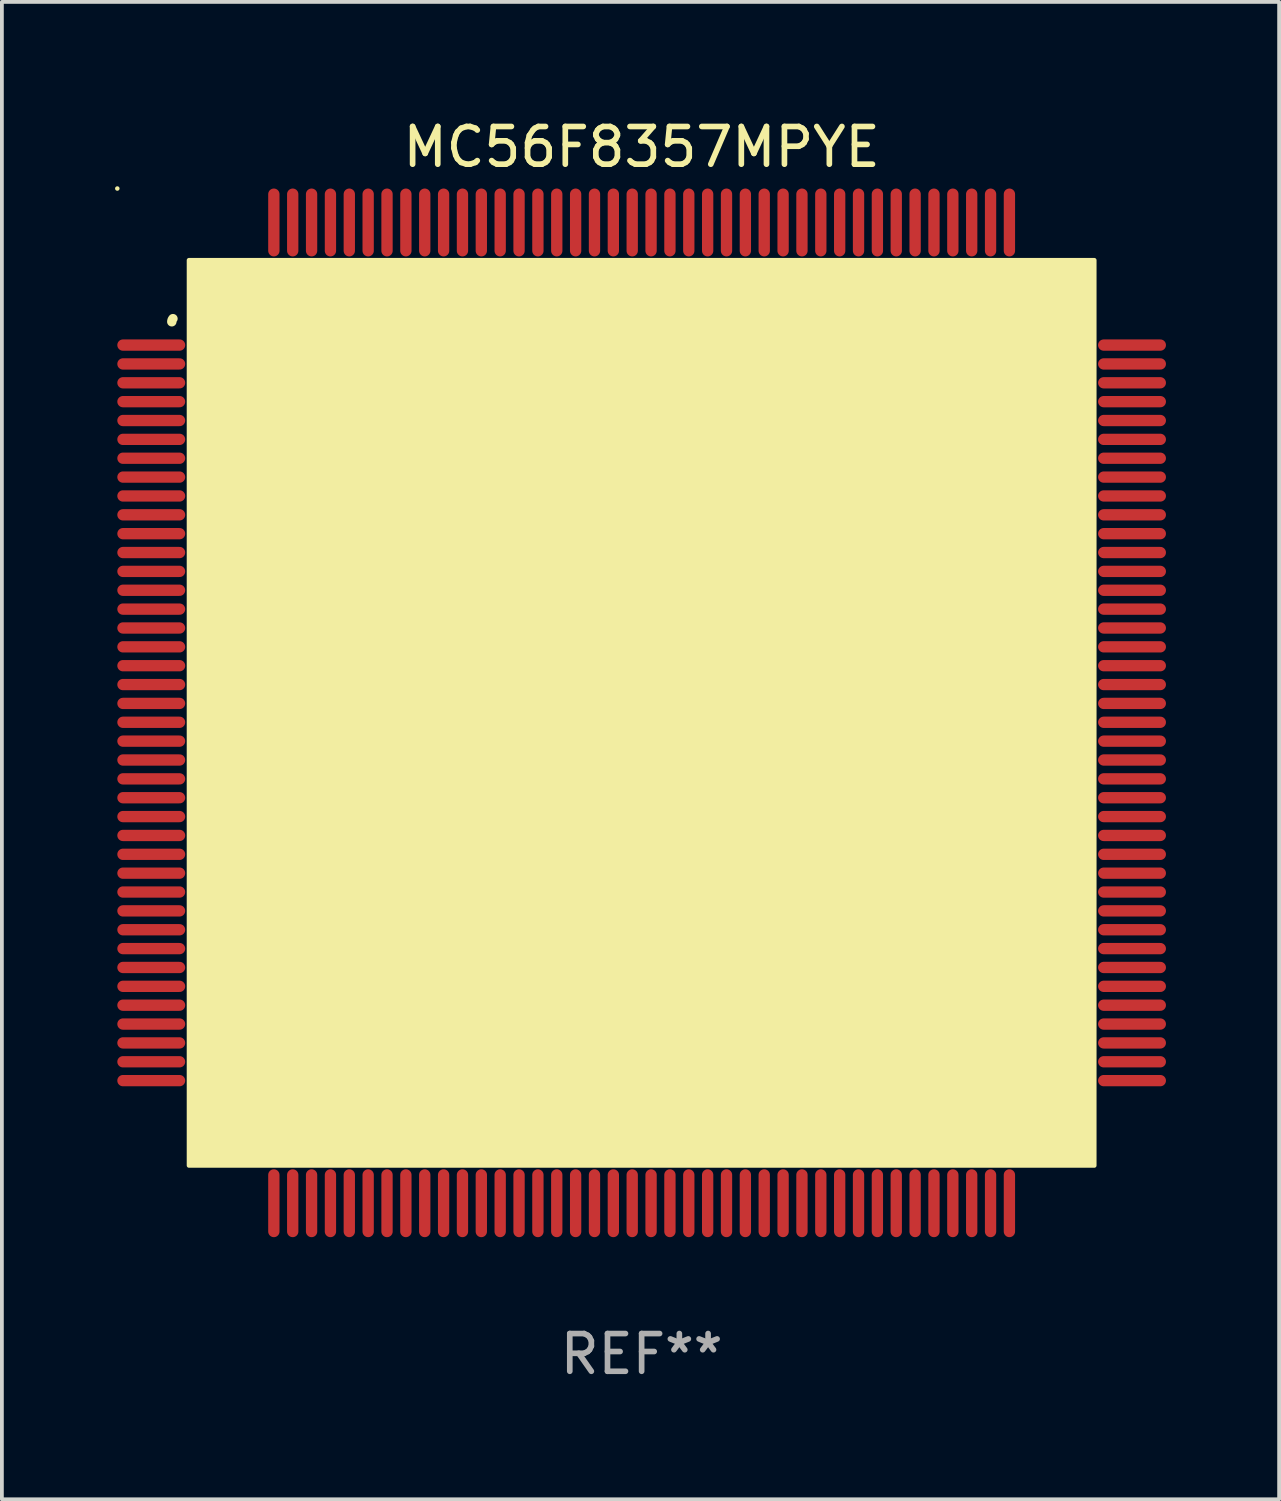
<source format=kicad_pcb>
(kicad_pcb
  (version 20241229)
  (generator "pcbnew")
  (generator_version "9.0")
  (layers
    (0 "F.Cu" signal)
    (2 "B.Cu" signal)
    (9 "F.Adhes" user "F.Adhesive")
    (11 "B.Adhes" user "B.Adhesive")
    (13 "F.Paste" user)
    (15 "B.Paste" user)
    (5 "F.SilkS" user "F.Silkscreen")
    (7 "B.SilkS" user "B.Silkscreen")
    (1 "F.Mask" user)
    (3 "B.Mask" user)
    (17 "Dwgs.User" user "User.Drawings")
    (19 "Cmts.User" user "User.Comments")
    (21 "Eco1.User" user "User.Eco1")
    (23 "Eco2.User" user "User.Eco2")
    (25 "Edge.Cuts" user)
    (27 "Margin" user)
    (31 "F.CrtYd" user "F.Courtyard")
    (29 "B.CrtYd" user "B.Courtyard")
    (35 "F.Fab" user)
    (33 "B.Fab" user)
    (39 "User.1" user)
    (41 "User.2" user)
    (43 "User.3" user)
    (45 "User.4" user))
  (footprint "MC56F8357MPYE"
    (layer "F.Cu")
    (at 13.96 15.848)
    (property "Reference" "MC56F8357MPYE" (at 0 -15 0) (layer "F.SilkS") (effects (font (size 1 1) (thickness 0.15))))
    (attr through_hole)
    (fp_arc (start -12.45555 -10.36792) (mid -12.447715 -10.411692) (end -12.42507 -10.449962) (stroke (width 0.249936) (type solid)) (layer "F.SilkS"))
    (fp_arc (start -9.968885 -10.145161) (mid -9.964159 -10.198324) (end -9.950089 -10.249809) (stroke (width 0.599949) (type solid)) (layer "F.SilkS"))
    (fp_circle (center -13.9 -13.9) (end -13.87 -13.9) (stroke (width 0.06) (type solid)) (fill no) (layer "F.SilkS"))
    (fp_poly (pts (xy -12 -12) (xy 12 -12) (xy 12 12) (xy -12 12)) (stroke (width 0.12) (type solid)) (fill yes) (layer "F.SilkS"))
    (fp_text user "REF**" (at 0 17 0) (layer "F.Fab") (effects (font (size 1 1) (thickness 0.15))))
    (pad "1" smd oval (at -13 -9.75) (size 1.8 0.3) (layers "F.Cu" "F.Mask" "F.Paste"))
    (pad "2" smd oval (at -13 -9.25) (size 1.8 0.3) (layers "F.Cu" "F.Mask" "F.Paste"))
    (pad "3" smd oval (at -13 -8.75) (size 1.8 0.3) (layers "F.Cu" "F.Mask" "F.Paste"))
    (pad "4" smd oval (at -13 -8.25) (size 1.8 0.3) (layers "F.Cu" "F.Mask" "F.Paste"))
    (pad "5" smd oval (at -13 -7.75) (size 1.8 0.3) (layers "F.Cu" "F.Mask" "F.Paste"))
    (pad "6" smd oval (at -13 -7.25) (size 1.8 0.3) (layers "F.Cu" "F.Mask" "F.Paste"))
    (pad "7" smd oval (at -13 -6.75) (size 1.8 0.3) (layers "F.Cu" "F.Mask" "F.Paste"))
    (pad "8" smd oval (at -13 -6.25) (size 1.8 0.3) (layers "F.Cu" "F.Mask" "F.Paste"))
    (pad "9" smd oval (at -13 -5.75) (size 1.8 0.3) (layers "F.Cu" "F.Mask" "F.Paste"))
    (pad "10" smd oval (at -13 -5.25) (size 1.8 0.3) (layers "F.Cu" "F.Mask" "F.Paste"))
    (pad "11" smd oval (at -13 -4.75) (size 1.8 0.3) (layers "F.Cu" "F.Mask" "F.Paste"))
    (pad "12" smd oval (at -13 -4.25) (size 1.8 0.3) (layers "F.Cu" "F.Mask" "F.Paste"))
    (pad "13" smd oval (at -13 -3.75) (size 1.8 0.3) (layers "F.Cu" "F.Mask" "F.Paste"))
    (pad "14" smd oval (at -13 -3.25) (size 1.8 0.3) (layers "F.Cu" "F.Mask" "F.Paste"))
    (pad "15" smd oval (at -13 -2.75) (size 1.8 0.3) (layers "F.Cu" "F.Mask" "F.Paste"))
    (pad "16" smd oval (at -13 -2.25) (size 1.8 0.3) (layers "F.Cu" "F.Mask" "F.Paste"))
    (pad "17" smd oval (at -13 -1.75) (size 1.8 0.3) (layers "F.Cu" "F.Mask" "F.Paste"))
    (pad "18" smd oval (at -13 -1.25) (size 1.8 0.3) (layers "F.Cu" "F.Mask" "F.Paste"))
    (pad "19" smd oval (at -13 -0.75) (size 1.8 0.3) (layers "F.Cu" "F.Mask" "F.Paste"))
    (pad "20" smd oval (at -13 -0.25) (size 1.8 0.3) (layers "F.Cu" "F.Mask" "F.Paste"))
    (pad "21" smd oval (at -13 0.25) (size 1.8 0.3) (layers "F.Cu" "F.Mask" "F.Paste"))
    (pad "22" smd oval (at -13 0.75) (size 1.8 0.3) (layers "F.Cu" "F.Mask" "F.Paste"))
    (pad "23" smd oval (at -13 1.25) (size 1.8 0.3) (layers "F.Cu" "F.Mask" "F.Paste"))
    (pad "24" smd oval (at -13 1.75) (size 1.8 0.3) (layers "F.Cu" "F.Mask" "F.Paste"))
    (pad "25" smd oval (at -13 2.25) (size 1.8 0.3) (layers "F.Cu" "F.Mask" "F.Paste"))
    (pad "26" smd oval (at -13 2.75) (size 1.8 0.3) (layers "F.Cu" "F.Mask" "F.Paste"))
    (pad "27" smd oval (at -13 3.25) (size 1.8 0.3) (layers "F.Cu" "F.Mask" "F.Paste"))
    (pad "28" smd oval (at -13 3.75) (size 1.8 0.3) (layers "F.Cu" "F.Mask" "F.Paste"))
    (pad "29" smd oval (at -13 4.25) (size 1.8 0.3) (layers "F.Cu" "F.Mask" "F.Paste"))
    (pad "30" smd oval (at -13 4.75) (size 1.8 0.3) (layers "F.Cu" "F.Mask" "F.Paste"))
    (pad "31" smd oval (at -13 5.25) (size 1.8 0.3) (layers "F.Cu" "F.Mask" "F.Paste"))
    (pad "32" smd oval (at -13 5.75) (size 1.8 0.3) (layers "F.Cu" "F.Mask" "F.Paste"))
    (pad "33" smd oval (at -13 6.25) (size 1.8 0.3) (layers "F.Cu" "F.Mask" "F.Paste"))
    (pad "34" smd oval (at -13 6.75) (size 1.8 0.3) (layers "F.Cu" "F.Mask" "F.Paste"))
    (pad "35" smd oval (at -13 7.25) (size 1.8 0.3) (layers "F.Cu" "F.Mask" "F.Paste"))
    (pad "36" smd oval (at -13 7.75) (size 1.8 0.3) (layers "F.Cu" "F.Mask" "F.Paste"))
    (pad "37" smd oval (at -13 8.25) (size 1.8 0.3) (layers "F.Cu" "F.Mask" "F.Paste"))
    (pad "38" smd oval (at -13 8.75) (size 1.8 0.3) (layers "F.Cu" "F.Mask" "F.Paste"))
    (pad "39" smd oval (at -13 9.25) (size 1.8 0.3) (layers "F.Cu" "F.Mask" "F.Paste"))
    (pad "40" smd oval (at -13 9.75) (size 1.8 0.3) (layers "F.Cu" "F.Mask" "F.Paste"))
    (pad "41" smd oval (at -9.75 13 90) (size 1.8 0.3) (layers "F.Cu" "F.Mask" "F.Paste"))
    (pad "42" smd oval (at -9.25 13 90) (size 1.8 0.3) (layers "F.Cu" "F.Mask" "F.Paste"))
    (pad "43" smd oval (at -8.75 13 90) (size 1.8 0.3) (layers "F.Cu" "F.Mask" "F.Paste"))
    (pad "44" smd oval (at -8.25 13 90) (size 1.8 0.3) (layers "F.Cu" "F.Mask" "F.Paste"))
    (pad "45" smd oval (at -7.75 13 90) (size 1.8 0.3) (layers "F.Cu" "F.Mask" "F.Paste"))
    (pad "46" smd oval (at -7.25 13 90) (size 1.8 0.3) (layers "F.Cu" "F.Mask" "F.Paste"))
    (pad "47" smd oval (at -6.75 13 90) (size 1.8 0.3) (layers "F.Cu" "F.Mask" "F.Paste"))
    (pad "48" smd oval (at -6.25 13 90) (size 1.8 0.3) (layers "F.Cu" "F.Mask" "F.Paste"))
    (pad "49" smd oval (at -5.75 13 90) (size 1.8 0.3) (layers "F.Cu" "F.Mask" "F.Paste"))
    (pad "50" smd oval (at -5.25 13 90) (size 1.8 0.3) (layers "F.Cu" "F.Mask" "F.Paste"))
    (pad "51" smd oval (at -4.75 13 90) (size 1.8 0.3) (layers "F.Cu" "F.Mask" "F.Paste"))
    (pad "52" smd oval (at -4.25 13 90) (size 1.8 0.3) (layers "F.Cu" "F.Mask" "F.Paste"))
    (pad "53" smd oval (at -3.75 13 90) (size 1.8 0.3) (layers "F.Cu" "F.Mask" "F.Paste"))
    (pad "54" smd oval (at -3.25 13 90) (size 1.8 0.3) (layers "F.Cu" "F.Mask" "F.Paste"))
    (pad "55" smd oval (at -2.75 13 90) (size 1.8 0.3) (layers "F.Cu" "F.Mask" "F.Paste"))
    (pad "56" smd oval (at -2.25 13 90) (size 1.8 0.3) (layers "F.Cu" "F.Mask" "F.Paste"))
    (pad "57" smd oval (at -1.75 13 90) (size 1.8 0.3) (layers "F.Cu" "F.Mask" "F.Paste"))
    (pad "58" smd oval (at -1.25 13 90) (size 1.8 0.3) (layers "F.Cu" "F.Mask" "F.Paste"))
    (pad "59" smd oval (at -0.75 13 90) (size 1.8 0.3) (layers "F.Cu" "F.Mask" "F.Paste"))
    (pad "60" smd oval (at -0.25 13 90) (size 1.8 0.3) (layers "F.Cu" "F.Mask" "F.Paste"))
    (pad "61" smd oval (at 0.25 13 90) (size 1.8 0.3) (layers "F.Cu" "F.Mask" "F.Paste"))
    (pad "62" smd oval (at 0.75 13 90) (size 1.8 0.3) (layers "F.Cu" "F.Mask" "F.Paste"))
    (pad "63" smd oval (at 1.25 13 90) (size 1.8 0.3) (layers "F.Cu" "F.Mask" "F.Paste"))
    (pad "64" smd oval (at 1.75 13 90) (size 1.8 0.3) (layers "F.Cu" "F.Mask" "F.Paste"))
    (pad "65" smd oval (at 2.25 13 90) (size 1.8 0.3) (layers "F.Cu" "F.Mask" "F.Paste"))
    (pad "66" smd oval (at 2.75 13 90) (size 1.8 0.3) (layers "F.Cu" "F.Mask" "F.Paste"))
    (pad "67" smd oval (at 3.25 13 90) (size 1.8 0.3) (layers "F.Cu" "F.Mask" "F.Paste"))
    (pad "68" smd oval (at 3.75 13 90) (size 1.8 0.3) (layers "F.Cu" "F.Mask" "F.Paste"))
    (pad "69" smd oval (at 4.25 13 90) (size 1.8 0.3) (layers "F.Cu" "F.Mask" "F.Paste"))
    (pad "70" smd oval (at 4.75 13 90) (size 1.8 0.3) (layers "F.Cu" "F.Mask" "F.Paste"))
    (pad "71" smd oval (at 5.25 13 90) (size 1.8 0.3) (layers "F.Cu" "F.Mask" "F.Paste"))
    (pad "72" smd oval (at 5.75 13 90) (size 1.8 0.3) (layers "F.Cu" "F.Mask" "F.Paste"))
    (pad "73" smd oval (at 6.25 13 90) (size 1.8 0.3) (layers "F.Cu" "F.Mask" "F.Paste"))
    (pad "74" smd oval (at 6.75 13 90) (size 1.8 0.3) (layers "F.Cu" "F.Mask" "F.Paste"))
    (pad "75" smd oval (at 7.25 13 90) (size 1.8 0.3) (layers "F.Cu" "F.Mask" "F.Paste"))
    (pad "76" smd oval (at 7.75 13 90) (size 1.8 0.3) (layers "F.Cu" "F.Mask" "F.Paste"))
    (pad "77" smd oval (at 8.25 13 90) (size 1.8 0.3) (layers "F.Cu" "F.Mask" "F.Paste"))
    (pad "78" smd oval (at 8.75 13 90) (size 1.8 0.3) (layers "F.Cu" "F.Mask" "F.Paste"))
    (pad "79" smd oval (at 9.25 13 90) (size 1.8 0.3) (layers "F.Cu" "F.Mask" "F.Paste"))
    (pad "80" smd oval (at 9.75 13 90) (size 1.8 0.3) (layers "F.Cu" "F.Mask" "F.Paste"))
    (pad "81" smd oval (at 13 9.75) (size 1.8 0.3) (layers "F.Cu" "F.Mask" "F.Paste"))
    (pad "82" smd oval (at 13 9.25) (size 1.8 0.3) (layers "F.Cu" "F.Mask" "F.Paste"))
    (pad "83" smd oval (at 13 8.75) (size 1.8 0.3) (layers "F.Cu" "F.Mask" "F.Paste"))
    (pad "84" smd oval (at 13 8.25) (size 1.8 0.3) (layers "F.Cu" "F.Mask" "F.Paste"))
    (pad "85" smd oval (at 13 7.75) (size 1.8 0.3) (layers "F.Cu" "F.Mask" "F.Paste"))
    (pad "86" smd oval (at 13 7.25) (size 1.8 0.3) (layers "F.Cu" "F.Mask" "F.Paste"))
    (pad "87" smd oval (at 13 6.75) (size 1.8 0.3) (layers "F.Cu" "F.Mask" "F.Paste"))
    (pad "88" smd oval (at 13 6.25) (size 1.8 0.3) (layers "F.Cu" "F.Mask" "F.Paste"))
    (pad "89" smd oval (at 13 5.75) (size 1.8 0.3) (layers "F.Cu" "F.Mask" "F.Paste"))
    (pad "90" smd oval (at 13 5.25) (size 1.8 0.3) (layers "F.Cu" "F.Mask" "F.Paste"))
    (pad "91" smd oval (at 13 4.75) (size 1.8 0.3) (layers "F.Cu" "F.Mask" "F.Paste"))
    (pad "92" smd oval (at 13 4.25) (size 1.8 0.3) (layers "F.Cu" "F.Mask" "F.Paste"))
    (pad "93" smd oval (at 13 3.75) (size 1.8 0.3) (layers "F.Cu" "F.Mask" "F.Paste"))
    (pad "94" smd oval (at 13 3.25) (size 1.8 0.3) (layers "F.Cu" "F.Mask" "F.Paste"))
    (pad "95" smd oval (at 13 2.75) (size 1.8 0.3) (layers "F.Cu" "F.Mask" "F.Paste"))
    (pad "96" smd oval (at 13 2.25) (size 1.8 0.3) (layers "F.Cu" "F.Mask" "F.Paste"))
    (pad "97" smd oval (at 13 1.75) (size 1.8 0.3) (layers "F.Cu" "F.Mask" "F.Paste"))
    (pad "98" smd oval (at 13 1.25) (size 1.8 0.3) (layers "F.Cu" "F.Mask" "F.Paste"))
    (pad "99" smd oval (at 13 0.75) (size 1.8 0.3) (layers "F.Cu" "F.Mask" "F.Paste"))
    (pad "100" smd oval (at 13 0.25) (size 1.8 0.3) (layers "F.Cu" "F.Mask" "F.Paste"))
    (pad "101" smd oval (at 13 -0.25) (size 1.8 0.3) (layers "F.Cu" "F.Mask" "F.Paste"))
    (pad "102" smd oval (at 13 -0.75) (size 1.8 0.3) (layers "F.Cu" "F.Mask" "F.Paste"))
    (pad "103" smd oval (at 13 -1.25) (size 1.8 0.3) (layers "F.Cu" "F.Mask" "F.Paste"))
    (pad "104" smd oval (at 13 -1.75) (size 1.8 0.3) (layers "F.Cu" "F.Mask" "F.Paste"))
    (pad "105" smd oval (at 13 -2.25) (size 1.8 0.3) (layers "F.Cu" "F.Mask" "F.Paste"))
    (pad "106" smd oval (at 13 -2.75) (size 1.8 0.3) (layers "F.Cu" "F.Mask" "F.Paste"))
    (pad "107" smd oval (at 13 -3.25) (size 1.8 0.3) (layers "F.Cu" "F.Mask" "F.Paste"))
    (pad "108" smd oval (at 13 -3.75) (size 1.8 0.3) (layers "F.Cu" "F.Mask" "F.Paste"))
    (pad "109" smd oval (at 13 -4.25) (size 1.8 0.3) (layers "F.Cu" "F.Mask" "F.Paste"))
    (pad "110" smd oval (at 13 -4.75) (size 1.8 0.3) (layers "F.Cu" "F.Mask" "F.Paste"))
    (pad "111" smd oval (at 13 -5.25) (size 1.8 0.3) (layers "F.Cu" "F.Mask" "F.Paste"))
    (pad "112" smd oval (at 13 -5.75) (size 1.8 0.3) (layers "F.Cu" "F.Mask" "F.Paste"))
    (pad "113" smd oval (at 13 -6.25) (size 1.8 0.3) (layers "F.Cu" "F.Mask" "F.Paste"))
    (pad "114" smd oval (at 13 -6.75) (size 1.8 0.3) (layers "F.Cu" "F.Mask" "F.Paste"))
    (pad "115" smd oval (at 13 -7.25) (size 1.8 0.3) (layers "F.Cu" "F.Mask" "F.Paste"))
    (pad "116" smd oval (at 13 -7.75) (size 1.8 0.3) (layers "F.Cu" "F.Mask" "F.Paste"))
    (pad "117" smd oval (at 13 -8.25) (size 1.8 0.3) (layers "F.Cu" "F.Mask" "F.Paste"))
    (pad "118" smd oval (at 13 -8.75) (size 1.8 0.3) (layers "F.Cu" "F.Mask" "F.Paste"))
    (pad "119" smd oval (at 13 -9.25) (size 1.8 0.3) (layers "F.Cu" "F.Mask" "F.Paste"))
    (pad "120" smd oval (at 13 -9.75) (size 1.8 0.3) (layers "F.Cu" "F.Mask" "F.Paste"))
    (pad "121" smd oval (at 9.75 -13 90) (size 1.8 0.3) (layers "F.Cu" "F.Mask" "F.Paste"))
    (pad "122" smd oval (at 9.25 -13 90) (size 1.8 0.3) (layers "F.Cu" "F.Mask" "F.Paste"))
    (pad "123" smd oval (at 8.75 -13 90) (size 1.8 0.3) (layers "F.Cu" "F.Mask" "F.Paste"))
    (pad "124" smd oval (at 8.25 -13 90) (size 1.8 0.3) (layers "F.Cu" "F.Mask" "F.Paste"))
    (pad "125" smd oval (at 7.75 -13 90) (size 1.8 0.3) (layers "F.Cu" "F.Mask" "F.Paste"))
    (pad "126" smd oval (at 7.25 -13 90) (size 1.8 0.3) (layers "F.Cu" "F.Mask" "F.Paste"))
    (pad "127" smd oval (at 6.75 -13 90) (size 1.8 0.3) (layers "F.Cu" "F.Mask" "F.Paste"))
    (pad "128" smd oval (at 6.25 -13 90) (size 1.8 0.3) (layers "F.Cu" "F.Mask" "F.Paste"))
    (pad "129" smd oval (at 5.75 -13 90) (size 1.8 0.3) (layers "F.Cu" "F.Mask" "F.Paste"))
    (pad "130" smd oval (at 5.25 -13 90) (size 1.8 0.3) (layers "F.Cu" "F.Mask" "F.Paste"))
    (pad "131" smd oval (at 4.75 -13 90) (size 1.8 0.3) (layers "F.Cu" "F.Mask" "F.Paste"))
    (pad "132" smd oval (at 4.25 -13 90) (size 1.8 0.3) (layers "F.Cu" "F.Mask" "F.Paste"))
    (pad "133" smd oval (at 3.75 -13 90) (size 1.8 0.3) (layers "F.Cu" "F.Mask" "F.Paste"))
    (pad "134" smd oval (at 3.25 -13 90) (size 1.8 0.3) (layers "F.Cu" "F.Mask" "F.Paste"))
    (pad "135" smd oval (at 2.75 -13 90) (size 1.8 0.3) (layers "F.Cu" "F.Mask" "F.Paste"))
    (pad "136" smd oval (at 2.25 -13 90) (size 1.8 0.3) (layers "F.Cu" "F.Mask" "F.Paste"))
    (pad "137" smd oval (at 1.75 -13 90) (size 1.8 0.3) (layers "F.Cu" "F.Mask" "F.Paste"))
    (pad "138" smd oval (at 1.25 -13 90) (size 1.8 0.3) (layers "F.Cu" "F.Mask" "F.Paste"))
    (pad "139" smd oval (at 0.75 -13 90) (size 1.8 0.3) (layers "F.Cu" "F.Mask" "F.Paste"))
    (pad "140" smd oval (at 0.25 -13 90) (size 1.8 0.3) (layers "F.Cu" "F.Mask" "F.Paste"))
    (pad "141" smd oval (at -0.25 -13 90) (size 1.8 0.3) (layers "F.Cu" "F.Mask" "F.Paste"))
    (pad "142" smd oval (at -0.75 -13 90) (size 1.8 0.3) (layers "F.Cu" "F.Mask" "F.Paste"))
    (pad "143" smd oval (at -1.25 -13 90) (size 1.8 0.3) (layers "F.Cu" "F.Mask" "F.Paste"))
    (pad "144" smd oval (at -1.75 -13 90) (size 1.8 0.3) (layers "F.Cu" "F.Mask" "F.Paste"))
    (pad "145" smd oval (at -2.25 -13 90) (size 1.8 0.3) (layers "F.Cu" "F.Mask" "F.Paste"))
    (pad "146" smd oval (at -2.75 -13 90) (size 1.8 0.3) (layers "F.Cu" "F.Mask" "F.Paste"))
    (pad "147" smd oval (at -3.25 -13 90) (size 1.8 0.3) (layers "F.Cu" "F.Mask" "F.Paste"))
    (pad "148" smd oval (at -3.75 -13 90) (size 1.8 0.3) (layers "F.Cu" "F.Mask" "F.Paste"))
    (pad "149" smd oval (at -4.25 -13 90) (size 1.8 0.3) (layers "F.Cu" "F.Mask" "F.Paste"))
    (pad "150" smd oval (at -4.75 -13 90) (size 1.8 0.3) (layers "F.Cu" "F.Mask" "F.Paste"))
    (pad "151" smd oval (at -5.25 -13 90) (size 1.8 0.3) (layers "F.Cu" "F.Mask" "F.Paste"))
    (pad "152" smd oval (at -5.75 -13 90) (size 1.8 0.3) (layers "F.Cu" "F.Mask" "F.Paste"))
    (pad "153" smd oval (at -6.25 -13 90) (size 1.8 0.3) (layers "F.Cu" "F.Mask" "F.Paste"))
    (pad "154" smd oval (at -6.75 -13 90) (size 1.8 0.3) (layers "F.Cu" "F.Mask" "F.Paste"))
    (pad "155" smd oval (at -7.25 -13 90) (size 1.8 0.3) (layers "F.Cu" "F.Mask" "F.Paste"))
    (pad "156" smd oval (at -7.75 -13 90) (size 1.8 0.3) (layers "F.Cu" "F.Mask" "F.Paste"))
    (pad "157" smd oval (at -8.25 -13 90) (size 1.8 0.3) (layers "F.Cu" "F.Mask" "F.Paste"))
    (pad "158" smd oval (at -8.75 -13 90) (size 1.8 0.3) (layers "F.Cu" "F.Mask" "F.Paste"))
    (pad "159" smd oval (at -9.25 -13 90) (size 1.8 0.3) (layers "F.Cu" "F.Mask" "F.Paste"))
    (pad "160" smd oval (at -9.75 -13 90) (size 1.8 0.3) (layers "F.Cu" "F.Mask" "F.Paste")))
  (gr_rect
    (start -3 -3)
    (end 30.86 36.697)
    (stroke (width 0.1) (type default))
    (fill no)
    (layer "Edge.Cuts")))
</source>
